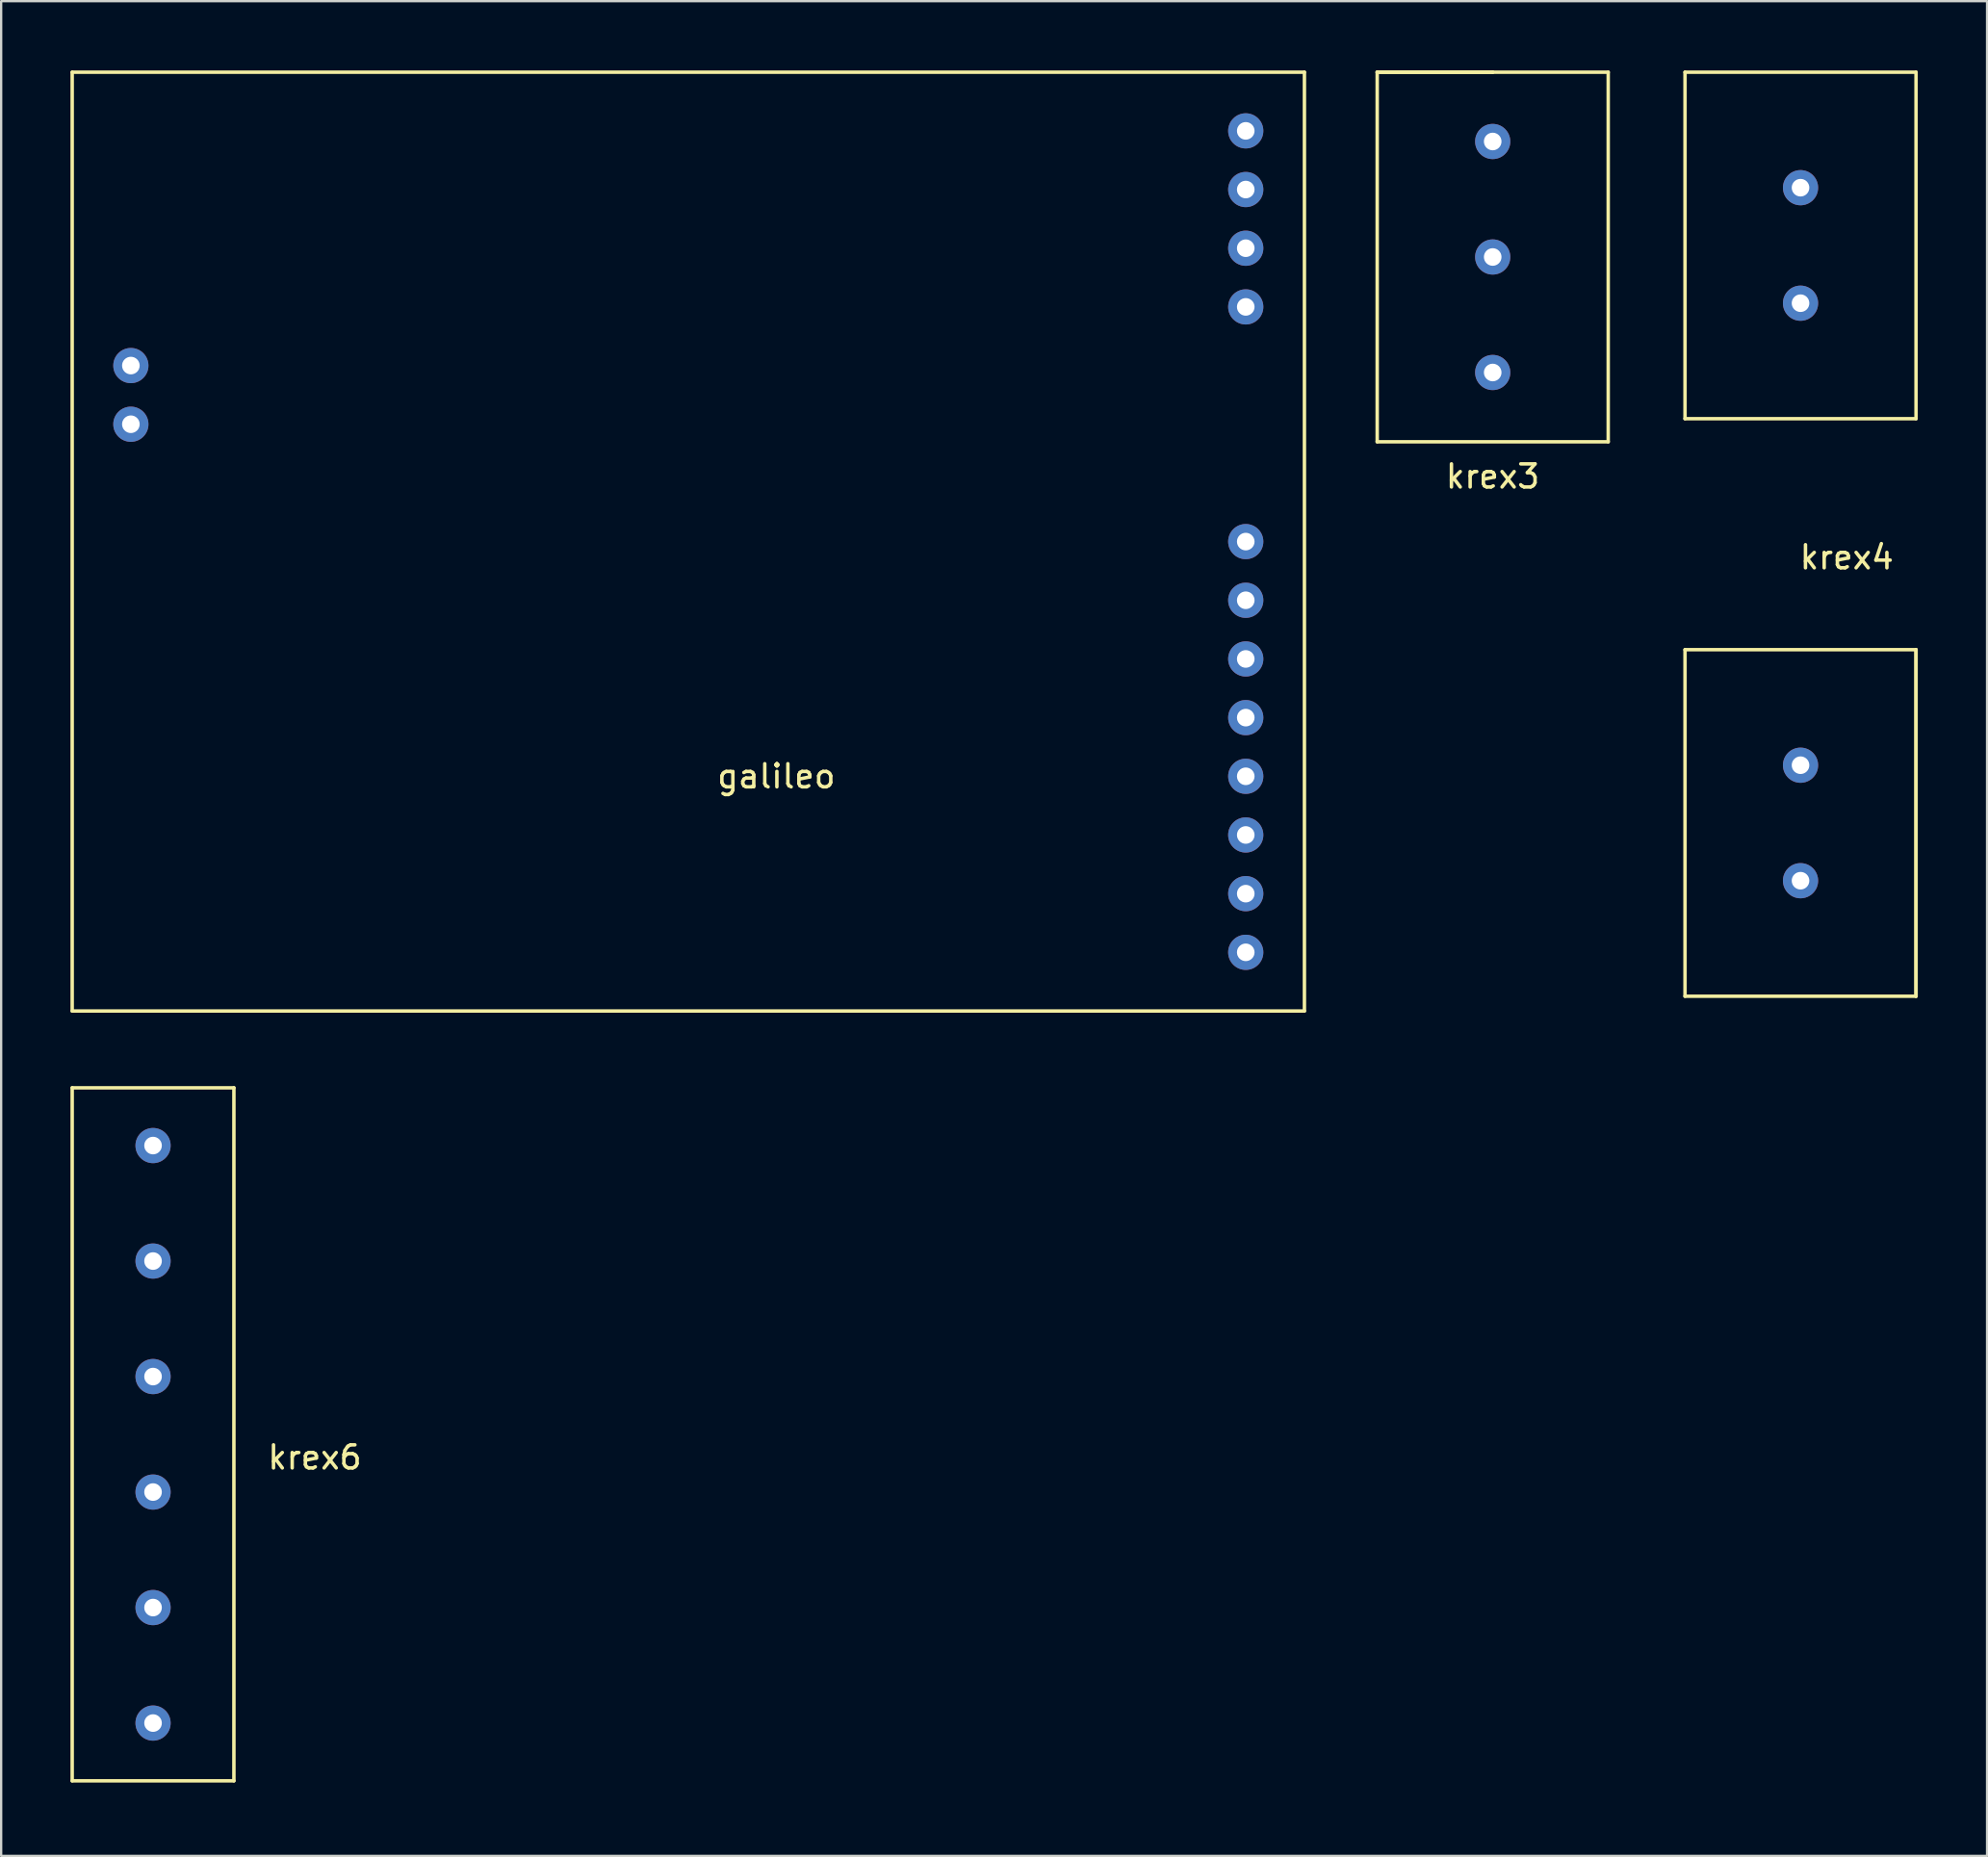
<source format=kicad_pcb>
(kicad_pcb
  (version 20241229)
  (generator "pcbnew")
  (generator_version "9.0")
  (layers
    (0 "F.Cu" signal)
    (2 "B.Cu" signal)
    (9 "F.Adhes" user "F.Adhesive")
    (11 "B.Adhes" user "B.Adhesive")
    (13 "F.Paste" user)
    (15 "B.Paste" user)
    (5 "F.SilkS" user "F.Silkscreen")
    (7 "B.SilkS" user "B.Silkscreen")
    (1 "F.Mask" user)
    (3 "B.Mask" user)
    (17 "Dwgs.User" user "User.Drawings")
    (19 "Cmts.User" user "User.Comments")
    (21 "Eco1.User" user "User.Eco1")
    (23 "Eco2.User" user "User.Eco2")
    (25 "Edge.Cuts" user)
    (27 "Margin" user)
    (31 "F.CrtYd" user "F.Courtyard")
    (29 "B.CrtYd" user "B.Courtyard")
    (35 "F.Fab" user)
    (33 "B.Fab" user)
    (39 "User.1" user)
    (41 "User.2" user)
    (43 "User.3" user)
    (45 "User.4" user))
  (footprint "krex4"
    (layer "F.Cu")
    (at 69.89 40.075)
    (property "Reference" "krex4" (at 7 -19 0) (layer "F.SilkS") (effects (font (size 1 1) (thickness 0.15))))
    (attr through_hole)
    (fp_line (start 0 -40) (end 0 -25) (stroke (width 0.15) (type solid)) (layer "F.SilkS"))
    (fp_line (start 0 -25) (end 10 -25) (stroke (width 0.15) (type solid)) (layer "F.SilkS"))
    (fp_line (start 0 -15) (end 10 -15) (stroke (width 0.15) (type solid)) (layer "F.SilkS"))
    (fp_line (start 0 0) (end 0 -15) (stroke (width 0.15) (type solid)) (layer "F.SilkS"))
    (fp_line (start 10 -40) (end 0 -40) (stroke (width 0.15) (type solid)) (layer "F.SilkS"))
    (fp_line (start 10 -25) (end 10 -40) (stroke (width 0.15) (type solid)) (layer "F.SilkS"))
    (fp_line (start 10 -15) (end 10 0) (stroke (width 0.15) (type solid)) (layer "F.SilkS"))
    (fp_line (start 10 0) (end 0 0) (stroke (width 0.15) (type solid)) (layer "F.SilkS"))
    (fp_line (start 10 0) (end 10 -15) (stroke (width 0.15) (type solid)) (layer "F.SilkS"))
    (pad "1" thru_hole circle (at 5 -5) (size 1.524 1.524) (drill 0.762) (layers "*.Cu" "*.Mask"))
    (pad "2" thru_hole circle (at 5 -10) (size 1.524 1.524) (drill 0.762) (layers "*.Cu" "*.Mask"))
    (pad "3" thru_hole circle (at 5 -30) (size 1.524 1.524) (drill 0.762) (layers "*.Cu" "*.Mask"))
    (pad "4" thru_hole circle (at 5 -35) (size 1.524 1.524) (drill 0.762) (layers "*.Cu" "*.Mask")))
  (footprint "galileo"
    (layer "F.Cu")
    (at 48.335 40.715)
    (property "Reference" "galileo" (at -17.78 -10.16 0) (layer "F.SilkS") (effects (font (size 1 1) (thickness 0.15))))
    (attr through_hole)
    (fp_line (start -48.26 -40.64) (end -48.26 0) (stroke (width 0.15) (type solid)) (layer "F.SilkS"))
    (fp_line (start -48.26 0) (end 5.08 0) (stroke (width 0.15) (type solid)) (layer "F.SilkS"))
    (fp_line (start 5.08 -40.64) (end -48.26 -40.64) (stroke (width 0.15) (type solid)) (layer "F.SilkS"))
    (fp_line (start 5.08 0) (end 5.08 -40.64) (stroke (width 0.15) (type solid)) (layer "F.SilkS"))
    (pad "1" thru_hole circle (at 2.54 -2.54) (size 1.524 1.524) (drill 0.762) (layers "*.Cu" "*.Mask"))
    (pad "2" thru_hole circle (at 2.54 -5.08) (size 1.524 1.524) (drill 0.762) (layers "*.Cu" "*.Mask"))
    (pad "3" thru_hole circle (at 2.54 -7.62) (size 1.524 1.524) (drill 0.762) (layers "*.Cu" "*.Mask"))
    (pad "4" thru_hole circle (at 2.54 -10.16) (size 1.524 1.524) (drill 0.762) (layers "*.Cu" "*.Mask"))
    (pad "5" thru_hole circle (at 2.54 -12.7) (size 1.524 1.524) (drill 0.762) (layers "*.Cu" "*.Mask"))
    (pad "6" thru_hole circle (at 2.54 -15.24) (size 1.524 1.524) (drill 0.762) (layers "*.Cu" "*.Mask"))
    (pad "7" thru_hole circle (at 2.54 -17.78) (size 1.524 1.524) (drill 0.762) (layers "*.Cu" "*.Mask"))
    (pad "8" thru_hole circle (at 2.54 -20.32) (size 1.524 1.524) (drill 0.762) (layers "*.Cu" "*.Mask"))
    (pad "11" thru_hole circle (at 2.54 -30.48) (size 1.524 1.524) (drill 0.762) (layers "*.Cu" "*.Mask"))
    (pad "12" thru_hole circle (at 2.54 -33.02) (size 1.524 1.524) (drill 0.762) (layers "*.Cu" "*.Mask"))
    (pad "13" thru_hole circle (at 2.54 -35.56) (size 1.524 1.524) (drill 0.762) (layers "*.Cu" "*.Mask"))
    (pad "14" thru_hole circle (at 2.54 -38.1) (size 1.524 1.524) (drill 0.762) (layers "*.Cu" "*.Mask"))
    (pad "27" thru_hole circle (at -45.72 -25.4) (size 1.524 1.524) (drill 0.762) (layers "*.Cu" "*.Mask"))
    (pad "28" thru_hole circle (at -45.72 -27.94) (size 1.524 1.524) (drill 0.762) (layers "*.Cu" "*.Mask")))
  (footprint "krex3"
    (layer "F.Cu")
    (at 61.565 17.075)
    (property "Reference" "krex3" (at 0 0.5 0) (layer "F.SilkS") (effects (font (size 1 1) (thickness 0.15))))
    (attr through_hole)
    (fp_line (start -5 -17) (end -5 -1) (stroke (width 0.15) (type solid)) (layer "F.SilkS"))
    (fp_line (start -5 -17) (end 0 -17) (stroke (width 0.15) (type solid)) (layer "F.SilkS"))
    (fp_line (start -5 -1) (end 5 -1) (stroke (width 0.15) (type solid)) (layer "F.SilkS"))
    (fp_line (start 0 -17) (end -5 -17) (stroke (width 0.15) (type solid)) (layer "F.SilkS"))
    (fp_line (start 0 -17) (end 5 -17) (stroke (width 0.15) (type solid)) (layer "F.SilkS"))
    (fp_line (start 5 -1) (end 5 -17) (stroke (width 0.15) (type solid)) (layer "F.SilkS"))
    (pad "1" thru_hole circle (at 0 -4) (size 1.524 1.524) (drill 0.762) (layers "*.Cu" "*.Mask"))
    (pad "2" thru_hole circle (at 0 -9) (size 1.524 1.524) (drill 0.762) (layers "*.Cu" "*.Mask"))
    (pad "3" thru_hole circle (at 0 -14) (size 1.524 1.524) (drill 0.762) (layers "*.Cu" "*.Mask")))
  (footprint "krex6"
    (layer "F.Cu")
    (at 10.075 74.04)
    (property "Reference" "krex6" (at 0.5 -14 0) (layer "F.SilkS") (effects (font (size 1 1) (thickness 0.15))))
    (attr through_hole)
    (fp_line (start -10 -30) (end -3 -30) (stroke (width 0.15) (type solid)) (layer "F.SilkS"))
    (fp_line (start -10 0) (end -10 -30) (stroke (width 0.15) (type solid)) (layer "F.SilkS"))
    (fp_line (start -3 -30) (end -3 0) (stroke (width 0.15) (type solid)) (layer "F.SilkS"))
    (fp_line (start -3 0) (end -10 0) (stroke (width 0.15) (type solid)) (layer "F.SilkS"))
    (pad "1" thru_hole circle (at -6.5 -2.5) (size 1.524 1.524) (drill 0.762) (layers "*.Cu" "*.Mask"))
    (pad "2" thru_hole circle (at -6.5 -7.5) (size 1.524 1.524) (drill 0.762) (layers "*.Cu" "*.Mask"))
    (pad "3" thru_hole circle (at -6.5 -12.5) (size 1.524 1.524) (drill 0.762) (layers "*.Cu" "*.Mask"))
    (pad "5" thru_hole circle (at -6.5 -17.5) (size 1.524 1.524) (drill 0.762) (layers "*.Cu" "*.Mask"))
    (pad "6" thru_hole circle (at -6.5 -22.5) (size 1.524 1.524) (drill 0.762) (layers "*.Cu" "*.Mask"))
    (pad "7" thru_hole circle (at -6.5 -27.5) (size 1.524 1.524) (drill 0.762) (layers "*.Cu" "*.Mask")))
  (gr_rect
    (start -3 -3)
    (end 82.965 77.29)
    (stroke (width 0.1) (type default))
    (fill no)
    (layer "Edge.Cuts")))
</source>
